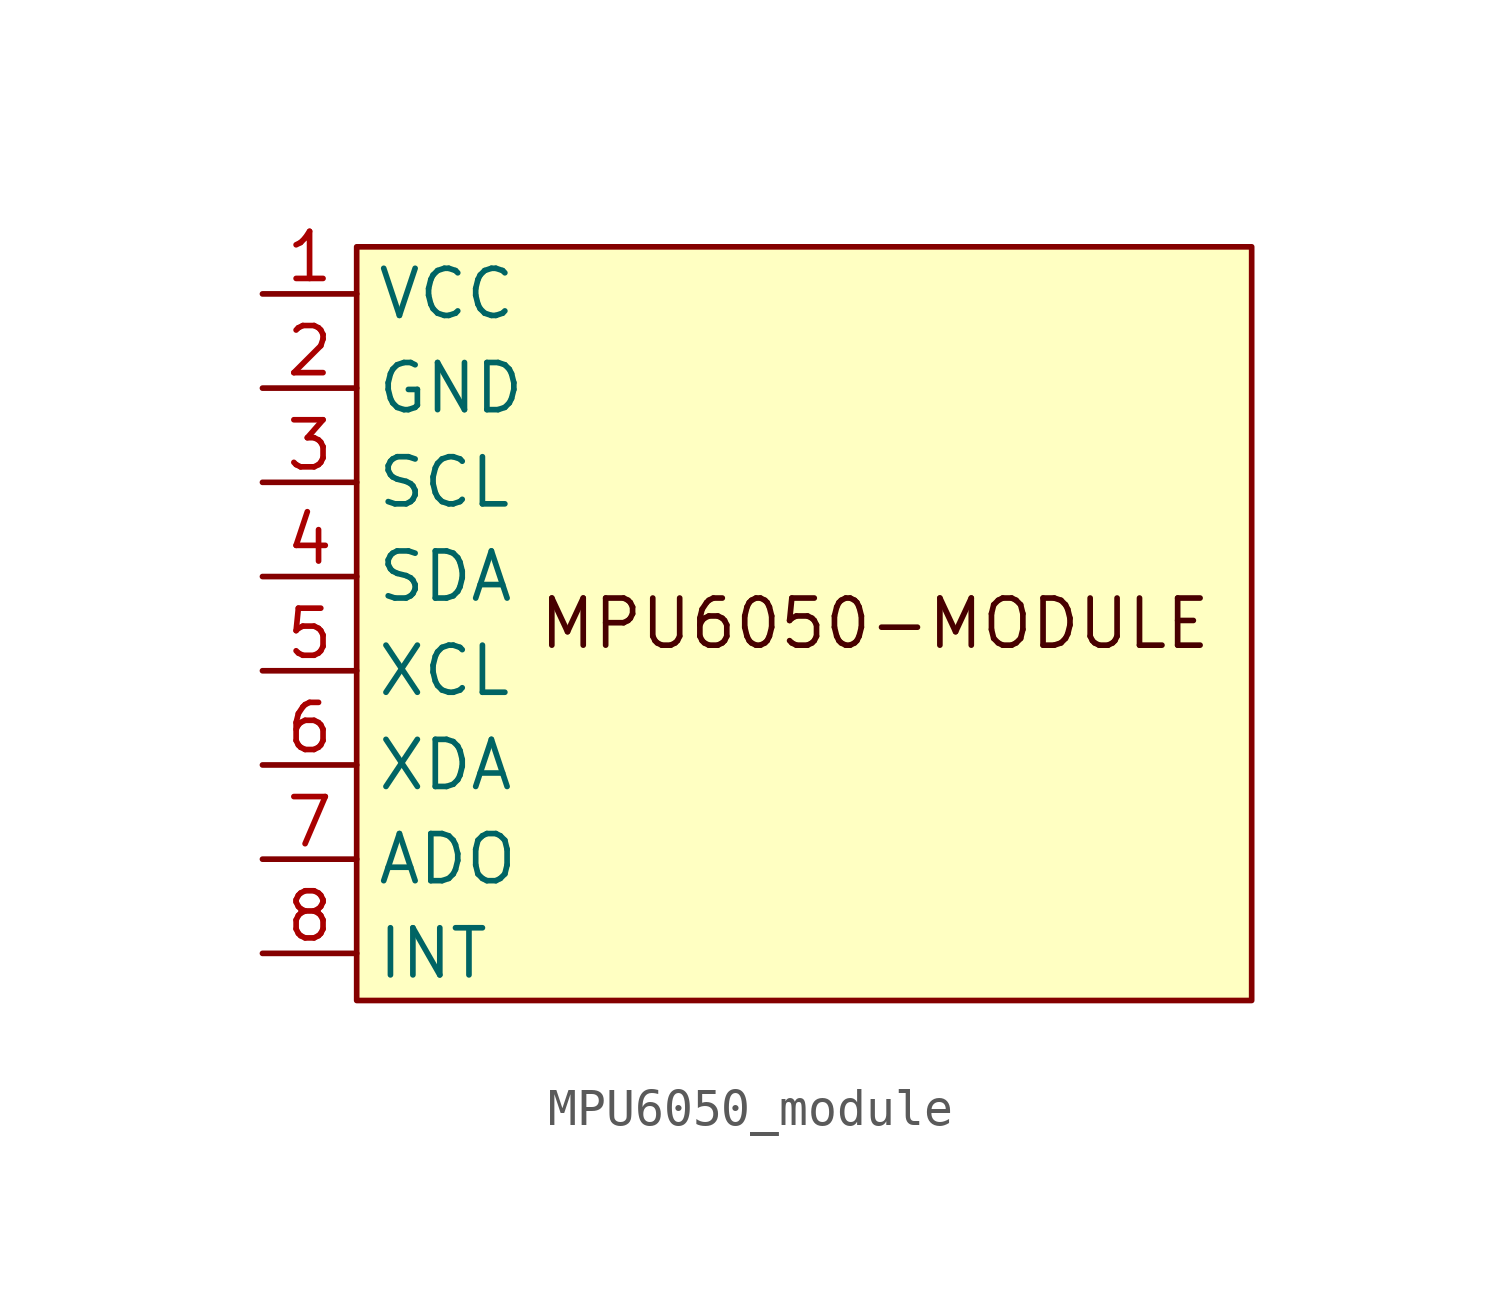
<source format=kicad_sym>
(kicad_symbol_lib
  (version 20241209)
  (generator "kicad_symbol_editor")
  (generator_version "9.0")
  (symbol "MPU6050_module"
    (property "Reference" "U"
      (at 2.54 -7.62 0)
      (effects (font (size 1.27 1.27)) (hide yes)))
    (property "Value" ""
      (at 0 0 0)
      (effects (font (size 1.27 1.27))))
    (property "ki_locked" ""
      (at 0 0 0)
      (effects (font (size 1.27 1.27))))
    (symbol "MPU6050_module_1_1"
      (rectangle (start 0 0) (end 24.13 -20.32) (stroke (width 0) (type solid)) (fill (type color) (color 255 255 194 1)))
      (text "MPU6050-MODULE" (at 13.97 -10.16 0) (effects (font (size 1.27 1.27) (color 72 0 0 1))))
      (pin power_in line (at -2.54 -1.27 0) (length 2.54) (name "VCC" (effects (font (size 1.27 1.27)))) (number "1" (effects (font (size 1.27 1.27)))))
      (pin power_in line (at -2.54 -3.81 0) (length 2.54) (name "GND" (effects (font (size 1.27 1.27)))) (number "2" (effects (font (size 1.27 1.27)))))
      (pin bidirectional line (at -2.54 -6.35 0) (length 2.54) (name "SCL" (effects (font (size 1.27 1.27)))) (number "3" (effects (font (size 1.27 1.27)))))
      (pin bidirectional line (at -2.54 -8.89 0) (length 2.54) (name "SDA" (effects (font (size 1.27 1.27)))) (number "4" (effects (font (size 1.27 1.27)))))
      (pin bidirectional line (at -2.54 -11.43 0) (length 2.54) (name "XCL" (effects (font (size 1.27 1.27)))) (number "5" (effects (font (size 1.27 1.27)))))
      (pin bidirectional line (at -2.54 -13.97 0) (length 2.54) (name "XDA" (effects (font (size 1.27 1.27)))) (number "6" (effects (font (size 1.27 1.27)))))
      (pin bidirectional line (at -2.54 -16.51 0) (length 2.54) (name "ADO" (effects (font (size 1.27 1.27)))) (number "7" (effects (font (size 1.27 1.27)))))
      (pin bidirectional line (at -2.54 -19.05 0) (length 2.54) (name "INT" (effects (font (size 1.27 1.27)))) (number "8" (effects (font (size 1.27 1.27))))))))
</source>
